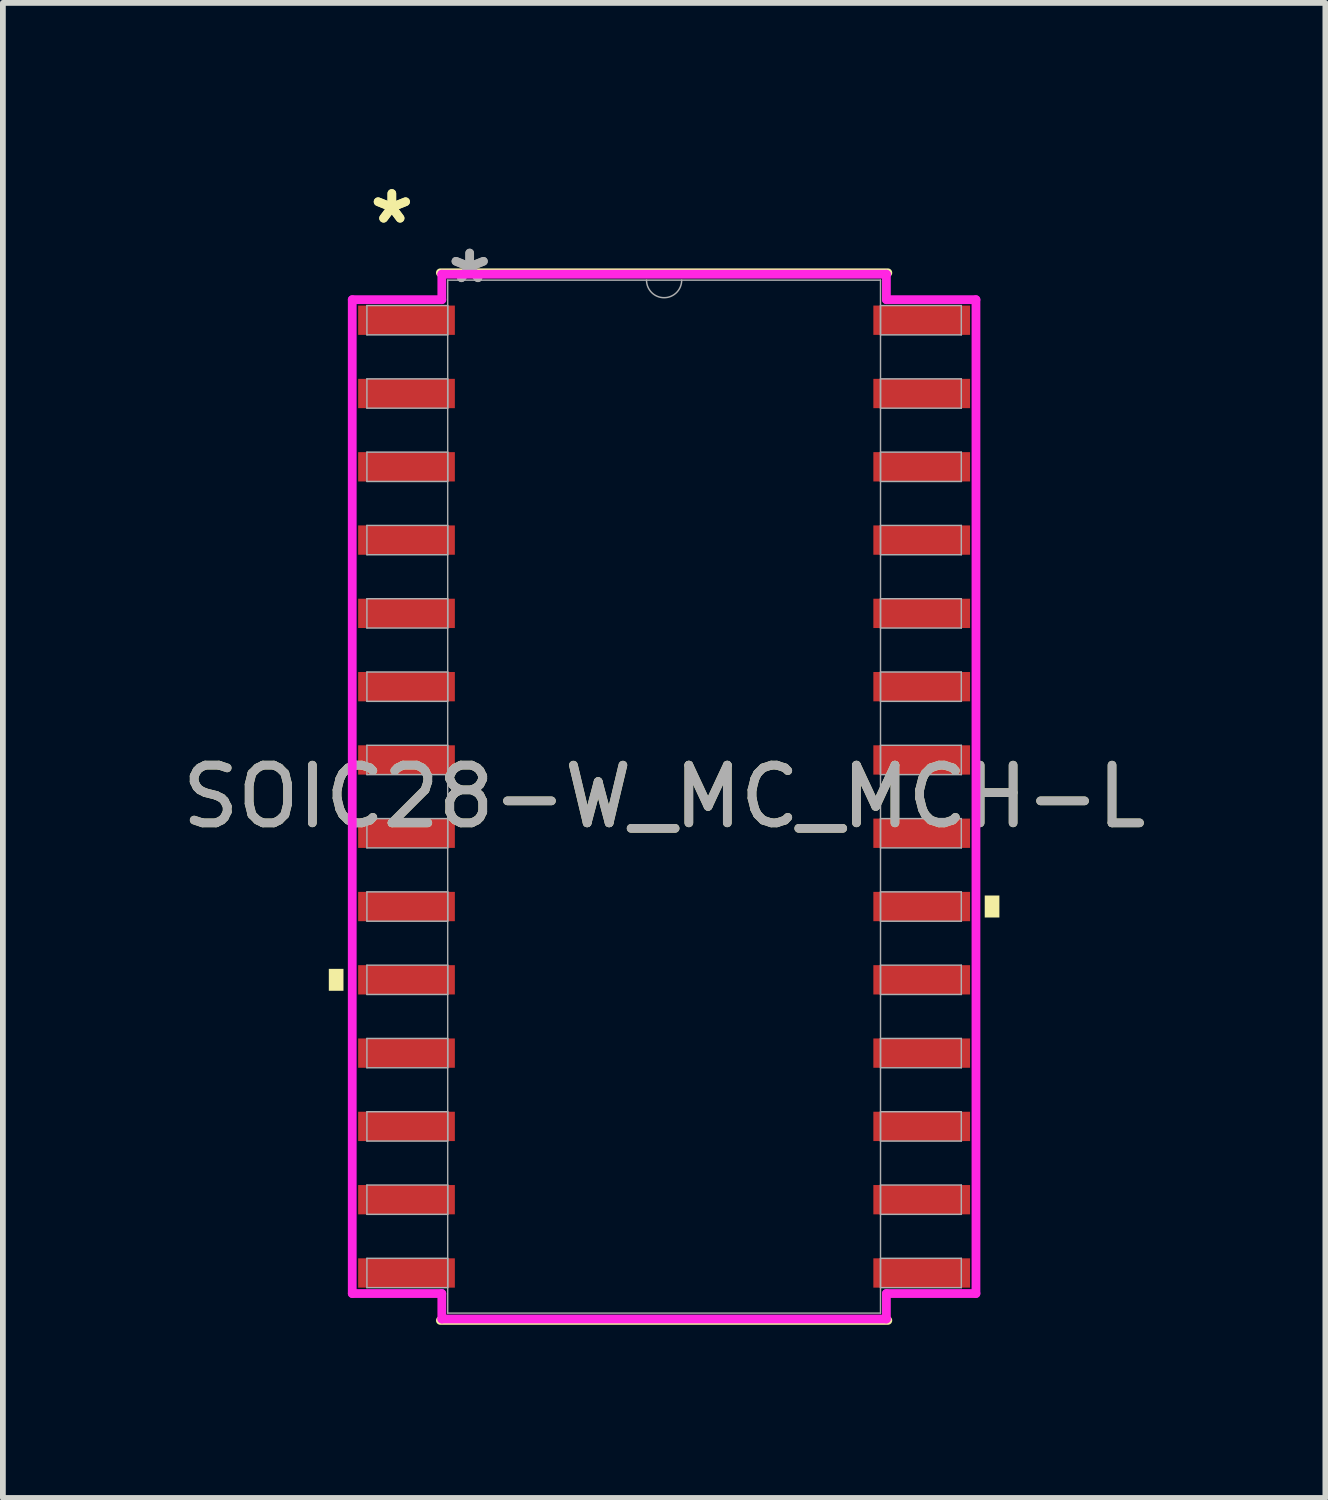
<source format=kicad_pcb>
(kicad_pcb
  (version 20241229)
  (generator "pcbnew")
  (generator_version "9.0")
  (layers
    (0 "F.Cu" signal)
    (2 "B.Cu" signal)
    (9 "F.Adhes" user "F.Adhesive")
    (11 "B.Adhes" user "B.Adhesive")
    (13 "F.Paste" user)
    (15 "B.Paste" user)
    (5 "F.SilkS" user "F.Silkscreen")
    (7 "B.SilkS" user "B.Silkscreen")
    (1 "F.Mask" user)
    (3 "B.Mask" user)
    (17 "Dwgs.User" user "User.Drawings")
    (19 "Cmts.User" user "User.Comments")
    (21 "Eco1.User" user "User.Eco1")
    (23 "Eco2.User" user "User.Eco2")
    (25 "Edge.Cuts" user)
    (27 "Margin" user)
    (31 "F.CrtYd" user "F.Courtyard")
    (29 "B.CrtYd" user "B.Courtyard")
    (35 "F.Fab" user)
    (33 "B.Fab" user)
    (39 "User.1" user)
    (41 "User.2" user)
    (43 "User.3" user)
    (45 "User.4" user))
  (footprint "SOIC28-W_MC_MCH-L"
    (layer "F.Cu")
    (at 8.458 10.754)
    (property "Reference" "SOIC28-W_MC_MCH-L" (at 0 0 0) (unlocked yes) (layer "F.SilkS") (effects (font (size 1 1) (thickness 0.15))))
    (attr smd)
    (fp_line (start -3.877 9.077) (end 3.877 9.077) (stroke (width 0.152) (type solid)) (layer "F.SilkS"))
    (fp_line (start 3.877 -9.077) (end -3.877 -9.077) (stroke (width 0.152) (type solid)) (layer "F.SilkS"))
    (fp_poly (pts (xy -5.81 2.985) (xy -5.81 3.365) (xy -5.556 3.365) (xy -5.556 2.985)) (stroke (width 0) (type solid)) (fill yes) (layer "F.SilkS"))
    (fp_poly (pts (xy 5.81 1.714) (xy 5.81 2.095) (xy 5.556 2.095) (xy 5.556 1.714)) (stroke (width 0) (type solid)) (fill yes) (layer "F.SilkS"))
    (fp_line (start -5.404 -8.611) (end -3.852 -8.611) (stroke (width 0.152) (type solid)) (layer "F.CrtYd"))
    (fp_line (start -5.404 8.611) (end -5.404 -8.611) (stroke (width 0.152) (type solid)) (layer "F.CrtYd"))
    (fp_line (start -5.404 8.611) (end -3.852 8.611) (stroke (width 0.152) (type solid)) (layer "F.CrtYd"))
    (fp_line (start -3.852 -9.052) (end 3.852 -9.052) (stroke (width 0.152) (type solid)) (layer "F.CrtYd"))
    (fp_line (start -3.852 -8.611) (end -3.852 -9.052) (stroke (width 0.152) (type solid)) (layer "F.CrtYd"))
    (fp_line (start -3.852 9.052) (end -3.852 8.611) (stroke (width 0.152) (type solid)) (layer "F.CrtYd"))
    (fp_line (start 3.852 -9.052) (end 3.852 -8.611) (stroke (width 0.152) (type solid)) (layer "F.CrtYd"))
    (fp_line (start 3.852 8.611) (end 3.852 9.052) (stroke (width 0.152) (type solid)) (layer "F.CrtYd"))
    (fp_line (start 3.852 9.052) (end -3.852 9.052) (stroke (width 0.152) (type solid)) (layer "F.CrtYd"))
    (fp_line (start 5.404 -8.611) (end 3.852 -8.611) (stroke (width 0.152) (type solid)) (layer "F.CrtYd"))
    (fp_line (start 5.404 -8.611) (end 5.404 8.611) (stroke (width 0.152) (type solid)) (layer "F.CrtYd"))
    (fp_line (start 5.404 8.611) (end 3.852 8.611) (stroke (width 0.152) (type solid)) (layer "F.CrtYd"))
    (fp_line (start -5.15 -8.509) (end -5.15 -8.001) (stroke (width 0.025) (type solid)) (layer "F.Fab"))
    (fp_line (start -5.15 -8.001) (end -3.75 -8.001) (stroke (width 0.025) (type solid)) (layer "F.Fab"))
    (fp_line (start -5.15 -7.239) (end -5.15 -6.731) (stroke (width 0.025) (type solid)) (layer "F.Fab"))
    (fp_line (start -5.15 -6.731) (end -3.75 -6.731) (stroke (width 0.025) (type solid)) (layer "F.Fab"))
    (fp_line (start -5.15 -5.969) (end -5.15 -5.461) (stroke (width 0.025) (type solid)) (layer "F.Fab"))
    (fp_line (start -5.15 -5.461) (end -3.75 -5.461) (stroke (width 0.025) (type solid)) (layer "F.Fab"))
    (fp_line (start -5.15 -4.699) (end -5.15 -4.191) (stroke (width 0.025) (type solid)) (layer "F.Fab"))
    (fp_line (start -5.15 -4.191) (end -3.75 -4.191) (stroke (width 0.025) (type solid)) (layer "F.Fab"))
    (fp_line (start -5.15 -3.429) (end -5.15 -2.921) (stroke (width 0.025) (type solid)) (layer "F.Fab"))
    (fp_line (start -5.15 -2.921) (end -3.75 -2.921) (stroke (width 0.025) (type solid)) (layer "F.Fab"))
    (fp_line (start -5.15 -2.159) (end -5.15 -1.651) (stroke (width 0.025) (type solid)) (layer "F.Fab"))
    (fp_line (start -5.15 -1.651) (end -3.75 -1.651) (stroke (width 0.025) (type solid)) (layer "F.Fab"))
    (fp_line (start -5.15 -0.889) (end -5.15 -0.381) (stroke (width 0.025) (type solid)) (layer "F.Fab"))
    (fp_line (start -5.15 -0.381) (end -3.75 -0.381) (stroke (width 0.025) (type solid)) (layer "F.Fab"))
    (fp_line (start -5.15 0.381) (end -5.15 0.889) (stroke (width 0.025) (type solid)) (layer "F.Fab"))
    (fp_line (start -5.15 0.889) (end -3.75 0.889) (stroke (width 0.025) (type solid)) (layer "F.Fab"))
    (fp_line (start -5.15 1.651) (end -5.15 2.159) (stroke (width 0.025) (type solid)) (layer "F.Fab"))
    (fp_line (start -5.15 2.159) (end -3.75 2.159) (stroke (width 0.025) (type solid)) (layer "F.Fab"))
    (fp_line (start -5.15 2.921) (end -5.15 3.429) (stroke (width 0.025) (type solid)) (layer "F.Fab"))
    (fp_line (start -5.15 3.429) (end -3.75 3.429) (stroke (width 0.025) (type solid)) (layer "F.Fab"))
    (fp_line (start -5.15 4.191) (end -5.15 4.699) (stroke (width 0.025) (type solid)) (layer "F.Fab"))
    (fp_line (start -5.15 4.699) (end -3.75 4.699) (stroke (width 0.025) (type solid)) (layer "F.Fab"))
    (fp_line (start -5.15 5.461) (end -5.15 5.969) (stroke (width 0.025) (type solid)) (layer "F.Fab"))
    (fp_line (start -5.15 5.969) (end -3.75 5.969) (stroke (width 0.025) (type solid)) (layer "F.Fab"))
    (fp_line (start -5.15 6.731) (end -5.15 7.239) (stroke (width 0.025) (type solid)) (layer "F.Fab"))
    (fp_line (start -5.15 7.239) (end -3.75 7.239) (stroke (width 0.025) (type solid)) (layer "F.Fab"))
    (fp_line (start -5.15 8.001) (end -5.15 8.509) (stroke (width 0.025) (type solid)) (layer "F.Fab"))
    (fp_line (start -5.15 8.509) (end -3.75 8.509) (stroke (width 0.025) (type solid)) (layer "F.Fab"))
    (fp_line (start -3.75 -8.95) (end -3.75 8.95) (stroke (width 0.025) (type solid)) (layer "F.Fab"))
    (fp_line (start -3.75 -8.509) (end -5.15 -8.509) (stroke (width 0.025) (type solid)) (layer "F.Fab"))
    (fp_line (start -3.75 -8.001) (end -3.75 -8.509) (stroke (width 0.025) (type solid)) (layer "F.Fab"))
    (fp_line (start -3.75 -7.239) (end -5.15 -7.239) (stroke (width 0.025) (type solid)) (layer "F.Fab"))
    (fp_line (start -3.75 -6.731) (end -3.75 -7.239) (stroke (width 0.025) (type solid)) (layer "F.Fab"))
    (fp_line (start -3.75 -5.969) (end -5.15 -5.969) (stroke (width 0.025) (type solid)) (layer "F.Fab"))
    (fp_line (start -3.75 -5.461) (end -3.75 -5.969) (stroke (width 0.025) (type solid)) (layer "F.Fab"))
    (fp_line (start -3.75 -4.699) (end -5.15 -4.699) (stroke (width 0.025) (type solid)) (layer "F.Fab"))
    (fp_line (start -3.75 -4.191) (end -3.75 -4.699) (stroke (width 0.025) (type solid)) (layer "F.Fab"))
    (fp_line (start -3.75 -3.429) (end -5.15 -3.429) (stroke (width 0.025) (type solid)) (layer "F.Fab"))
    (fp_line (start -3.75 -2.921) (end -3.75 -3.429) (stroke (width 0.025) (type solid)) (layer "F.Fab"))
    (fp_line (start -3.75 -2.159) (end -5.15 -2.159) (stroke (width 0.025) (type solid)) (layer "F.Fab"))
    (fp_line (start -3.75 -1.651) (end -3.75 -2.159) (stroke (width 0.025) (type solid)) (layer "F.Fab"))
    (fp_line (start -3.75 -0.889) (end -5.15 -0.889) (stroke (width 0.025) (type solid)) (layer "F.Fab"))
    (fp_line (start -3.75 -0.381) (end -3.75 -0.889) (stroke (width 0.025) (type solid)) (layer "F.Fab"))
    (fp_line (start -3.75 0.381) (end -5.15 0.381) (stroke (width 0.025) (type solid)) (layer "F.Fab"))
    (fp_line (start -3.75 0.889) (end -3.75 0.381) (stroke (width 0.025) (type solid)) (layer "F.Fab"))
    (fp_line (start -3.75 1.651) (end -5.15 1.651) (stroke (width 0.025) (type solid)) (layer "F.Fab"))
    (fp_line (start -3.75 2.159) (end -3.75 1.651) (stroke (width 0.025) (type solid)) (layer "F.Fab"))
    (fp_line (start -3.75 2.921) (end -5.15 2.921) (stroke (width 0.025) (type solid)) (layer "F.Fab"))
    (fp_line (start -3.75 3.429) (end -3.75 2.921) (stroke (width 0.025) (type solid)) (layer "F.Fab"))
    (fp_line (start -3.75 4.191) (end -5.15 4.191) (stroke (width 0.025) (type solid)) (layer "F.Fab"))
    (fp_line (start -3.75 4.699) (end -3.75 4.191) (stroke (width 0.025) (type solid)) (layer "F.Fab"))
    (fp_line (start -3.75 5.461) (end -5.15 5.461) (stroke (width 0.025) (type solid)) (layer "F.Fab"))
    (fp_line (start -3.75 5.969) (end -3.75 5.461) (stroke (width 0.025) (type solid)) (layer "F.Fab"))
    (fp_line (start -3.75 6.731) (end -5.15 6.731) (stroke (width 0.025) (type solid)) (layer "F.Fab"))
    (fp_line (start -3.75 7.239) (end -3.75 6.731) (stroke (width 0.025) (type solid)) (layer "F.Fab"))
    (fp_line (start -3.75 8.001) (end -5.15 8.001) (stroke (width 0.025) (type solid)) (layer "F.Fab"))
    (fp_line (start -3.75 8.509) (end -3.75 8.001) (stroke (width 0.025) (type solid)) (layer "F.Fab"))
    (fp_line (start -3.75 8.95) (end 3.75 8.95) (stroke (width 0.025) (type solid)) (layer "F.Fab"))
    (fp_line (start 3.75 -8.95) (end -3.75 -8.95) (stroke (width 0.025) (type solid)) (layer "F.Fab"))
    (fp_line (start 3.75 -8.509) (end 3.75 -8.001) (stroke (width 0.025) (type solid)) (layer "F.Fab"))
    (fp_line (start 3.75 -8.001) (end 5.15 -8.001) (stroke (width 0.025) (type solid)) (layer "F.Fab"))
    (fp_line (start 3.75 -7.239) (end 3.75 -6.731) (stroke (width 0.025) (type solid)) (layer "F.Fab"))
    (fp_line (start 3.75 -6.731) (end 5.15 -6.731) (stroke (width 0.025) (type solid)) (layer "F.Fab"))
    (fp_line (start 3.75 -5.969) (end 3.75 -5.461) (stroke (width 0.025) (type solid)) (layer "F.Fab"))
    (fp_line (start 3.75 -5.461) (end 5.15 -5.461) (stroke (width 0.025) (type solid)) (layer "F.Fab"))
    (fp_line (start 3.75 -4.699) (end 3.75 -4.191) (stroke (width 0.025) (type solid)) (layer "F.Fab"))
    (fp_line (start 3.75 -4.191) (end 5.15 -4.191) (stroke (width 0.025) (type solid)) (layer "F.Fab"))
    (fp_line (start 3.75 -3.429) (end 3.75 -2.921) (stroke (width 0.025) (type solid)) (layer "F.Fab"))
    (fp_line (start 3.75 -2.921) (end 5.15 -2.921) (stroke (width 0.025) (type solid)) (layer "F.Fab"))
    (fp_line (start 3.75 -2.159) (end 3.75 -1.651) (stroke (width 0.025) (type solid)) (layer "F.Fab"))
    (fp_line (start 3.75 -1.651) (end 5.15 -1.651) (stroke (width 0.025) (type solid)) (layer "F.Fab"))
    (fp_line (start 3.75 -0.889) (end 3.75 -0.381) (stroke (width 0.025) (type solid)) (layer "F.Fab"))
    (fp_line (start 3.75 -0.381) (end 5.15 -0.381) (stroke (width 0.025) (type solid)) (layer "F.Fab"))
    (fp_line (start 3.75 0.381) (end 3.75 0.889) (stroke (width 0.025) (type solid)) (layer "F.Fab"))
    (fp_line (start 3.75 0.889) (end 5.15 0.889) (stroke (width 0.025) (type solid)) (layer "F.Fab"))
    (fp_line (start 3.75 1.651) (end 3.75 2.159) (stroke (width 0.025) (type solid)) (layer "F.Fab"))
    (fp_line (start 3.75 2.159) (end 5.15 2.159) (stroke (width 0.025) (type solid)) (layer "F.Fab"))
    (fp_line (start 3.75 2.921) (end 3.75 3.429) (stroke (width 0.025) (type solid)) (layer "F.Fab"))
    (fp_line (start 3.75 3.429) (end 5.15 3.429) (stroke (width 0.025) (type solid)) (layer "F.Fab"))
    (fp_line (start 3.75 4.191) (end 3.75 4.699) (stroke (width 0.025) (type solid)) (layer "F.Fab"))
    (fp_line (start 3.75 4.699) (end 5.15 4.699) (stroke (width 0.025) (type solid)) (layer "F.Fab"))
    (fp_line (start 3.75 5.461) (end 3.75 5.969) (stroke (width 0.025) (type solid)) (layer "F.Fab"))
    (fp_line (start 3.75 5.969) (end 5.15 5.969) (stroke (width 0.025) (type solid)) (layer "F.Fab"))
    (fp_line (start 3.75 6.731) (end 3.75 7.239) (stroke (width 0.025) (type solid)) (layer "F.Fab"))
    (fp_line (start 3.75 7.239) (end 5.15 7.239) (stroke (width 0.025) (type solid)) (layer "F.Fab"))
    (fp_line (start 3.75 8.001) (end 3.75 8.509) (stroke (width 0.025) (type solid)) (layer "F.Fab"))
    (fp_line (start 3.75 8.509) (end 5.15 8.509) (stroke (width 0.025) (type solid)) (layer "F.Fab"))
    (fp_line (start 3.75 8.95) (end 3.75 -8.95) (stroke (width 0.025) (type solid)) (layer "F.Fab"))
    (fp_line (start 5.15 -8.509) (end 3.75 -8.509) (stroke (width 0.025) (type solid)) (layer "F.Fab"))
    (fp_line (start 5.15 -8.001) (end 5.15 -8.509) (stroke (width 0.025) (type solid)) (layer "F.Fab"))
    (fp_line (start 5.15 -7.239) (end 3.75 -7.239) (stroke (width 0.025) (type solid)) (layer "F.Fab"))
    (fp_line (start 5.15 -6.731) (end 5.15 -7.239) (stroke (width 0.025) (type solid)) (layer "F.Fab"))
    (fp_line (start 5.15 -5.969) (end 3.75 -5.969) (stroke (width 0.025) (type solid)) (layer "F.Fab"))
    (fp_line (start 5.15 -5.461) (end 5.15 -5.969) (stroke (width 0.025) (type solid)) (layer "F.Fab"))
    (fp_line (start 5.15 -4.699) (end 3.75 -4.699) (stroke (width 0.025) (type solid)) (layer "F.Fab"))
    (fp_line (start 5.15 -4.191) (end 5.15 -4.699) (stroke (width 0.025) (type solid)) (layer "F.Fab"))
    (fp_line (start 5.15 -3.429) (end 3.75 -3.429) (stroke (width 0.025) (type solid)) (layer "F.Fab"))
    (fp_line (start 5.15 -2.921) (end 5.15 -3.429) (stroke (width 0.025) (type solid)) (layer "F.Fab"))
    (fp_line (start 5.15 -2.159) (end 3.75 -2.159) (stroke (width 0.025) (type solid)) (layer "F.Fab"))
    (fp_line (start 5.15 -1.651) (end 5.15 -2.159) (stroke (width 0.025) (type solid)) (layer "F.Fab"))
    (fp_line (start 5.15 -0.889) (end 3.75 -0.889) (stroke (width 0.025) (type solid)) (layer "F.Fab"))
    (fp_line (start 5.15 -0.381) (end 5.15 -0.889) (stroke (width 0.025) (type solid)) (layer "F.Fab"))
    (fp_line (start 5.15 0.381) (end 3.75 0.381) (stroke (width 0.025) (type solid)) (layer "F.Fab"))
    (fp_line (start 5.15 0.889) (end 5.15 0.381) (stroke (width 0.025) (type solid)) (layer "F.Fab"))
    (fp_line (start 5.15 1.651) (end 3.75 1.651) (stroke (width 0.025) (type solid)) (layer "F.Fab"))
    (fp_line (start 5.15 2.159) (end 5.15 1.651) (stroke (width 0.025) (type solid)) (layer "F.Fab"))
    (fp_line (start 5.15 2.921) (end 3.75 2.921) (stroke (width 0.025) (type solid)) (layer "F.Fab"))
    (fp_line (start 5.15 3.429) (end 5.15 2.921) (stroke (width 0.025) (type solid)) (layer "F.Fab"))
    (fp_line (start 5.15 4.191) (end 3.75 4.191) (stroke (width 0.025) (type solid)) (layer "F.Fab"))
    (fp_line (start 5.15 4.699) (end 5.15 4.191) (stroke (width 0.025) (type solid)) (layer "F.Fab"))
    (fp_line (start 5.15 5.461) (end 3.75 5.461) (stroke (width 0.025) (type solid)) (layer "F.Fab"))
    (fp_line (start 5.15 5.969) (end 5.15 5.461) (stroke (width 0.025) (type solid)) (layer "F.Fab"))
    (fp_line (start 5.15 6.731) (end 3.75 6.731) (stroke (width 0.025) (type solid)) (layer "F.Fab"))
    (fp_line (start 5.15 7.239) (end 5.15 6.731) (stroke (width 0.025) (type solid)) (layer "F.Fab"))
    (fp_line (start 5.15 8.001) (end 3.75 8.001) (stroke (width 0.025) (type solid)) (layer "F.Fab"))
    (fp_line (start 5.15 8.509) (end 5.15 8.001) (stroke (width 0.025) (type solid)) (layer "F.Fab"))
    (fp_arc (start 0.3048 -8.95) (mid 0 -8.6452) (end -0.3048 -8.95) (stroke (width 0.0254) (type solid)) (layer "F.Fab"))
    (fp_text user "*" (at -4.718 -9.906 0) (layer "F.SilkS") (effects (font (size 1 1) (thickness 0.15))))
    (fp_text user "*" (at -4.718 -9.906 0) (unlocked yes) (layer "F.SilkS") (effects (font (size 1 1) (thickness 0.15))))
    (fp_text user "*" (at -3.369 -8.874 0) (layer "F.Fab") (effects (font (size 1 1) (thickness 0.15))))
    (fp_text user "${REFERENCE}" (at 0 0 0) (unlocked yes) (layer "F.Fab") (effects (font (size 1 1) (thickness 0.15))))
    (fp_text user "*" (at -3.369 -8.874 0) (unlocked yes) (layer "F.Fab") (effects (font (size 1 1) (thickness 0.15))))
    (pad "1" smd rect (at -4.464 -8.255) (size 1.676 0.508) (layers "F.Cu" "F.Mask" "F.Paste"))
    (pad "2" smd rect (at -4.464 -6.985) (size 1.676 0.508) (layers "F.Cu" "F.Mask" "F.Paste"))
    (pad "3" smd rect (at -4.464 -5.715) (size 1.676 0.508) (layers "F.Cu" "F.Mask" "F.Paste"))
    (pad "4" smd rect (at -4.464 -4.445) (size 1.676 0.508) (layers "F.Cu" "F.Mask" "F.Paste"))
    (pad "5" smd rect (at -4.464 -3.175) (size 1.676 0.508) (layers "F.Cu" "F.Mask" "F.Paste"))
    (pad "6" smd rect (at -4.464 -1.905) (size 1.676 0.508) (layers "F.Cu" "F.Mask" "F.Paste"))
    (pad "7" smd rect (at -4.464 -0.635) (size 1.676 0.508) (layers "F.Cu" "F.Mask" "F.Paste"))
    (pad "8" smd rect (at -4.464 0.635) (size 1.676 0.508) (layers "F.Cu" "F.Mask" "F.Paste"))
    (pad "9" smd rect (at -4.464 1.905) (size 1.676 0.508) (layers "F.Cu" "F.Mask" "F.Paste"))
    (pad "10" smd rect (at -4.464 3.175) (size 1.676 0.508) (layers "F.Cu" "F.Mask" "F.Paste"))
    (pad "11" smd rect (at -4.464 4.445) (size 1.676 0.508) (layers "F.Cu" "F.Mask" "F.Paste"))
    (pad "12" smd rect (at -4.464 5.715) (size 1.676 0.508) (layers "F.Cu" "F.Mask" "F.Paste"))
    (pad "13" smd rect (at -4.464 6.985) (size 1.676 0.508) (layers "F.Cu" "F.Mask" "F.Paste"))
    (pad "14" smd rect (at -4.464 8.255) (size 1.676 0.508) (layers "F.Cu" "F.Mask" "F.Paste"))
    (pad "15" smd rect (at 4.464 8.255) (size 1.676 0.508) (layers "F.Cu" "F.Mask" "F.Paste"))
    (pad "16" smd rect (at 4.464 6.985) (size 1.676 0.508) (layers "F.Cu" "F.Mask" "F.Paste"))
    (pad "17" smd rect (at 4.464 5.715) (size 1.676 0.508) (layers "F.Cu" "F.Mask" "F.Paste"))
    (pad "18" smd rect (at 4.464 4.445) (size 1.676 0.508) (layers "F.Cu" "F.Mask" "F.Paste"))
    (pad "19" smd rect (at 4.464 3.175) (size 1.676 0.508) (layers "F.Cu" "F.Mask" "F.Paste"))
    (pad "20" smd rect (at 4.464 1.905) (size 1.676 0.508) (layers "F.Cu" "F.Mask" "F.Paste"))
    (pad "21" smd rect (at 4.464 0.635) (size 1.676 0.508) (layers "F.Cu" "F.Mask" "F.Paste"))
    (pad "22" smd rect (at 4.464 -0.635) (size 1.676 0.508) (layers "F.Cu" "F.Mask" "F.Paste"))
    (pad "23" smd rect (at 4.464 -1.905) (size 1.676 0.508) (layers "F.Cu" "F.Mask" "F.Paste"))
    (pad "24" smd rect (at 4.464 -3.175) (size 1.676 0.508) (layers "F.Cu" "F.Mask" "F.Paste"))
    (pad "25" smd rect (at 4.464 -4.445) (size 1.676 0.508) (layers "F.Cu" "F.Mask" "F.Paste"))
    (pad "26" smd rect (at 4.464 -5.715) (size 1.676 0.508) (layers "F.Cu" "F.Mask" "F.Paste"))
    (pad "27" smd rect (at 4.464 -6.985) (size 1.676 0.508) (layers "F.Cu" "F.Mask" "F.Paste"))
    (pad "28" smd rect (at 4.464 -8.255) (size 1.676 0.508) (layers "F.Cu" "F.Mask" "F.Paste")))
  (gr_rect
    (start -3 -3)
    (end 19.917 22.907)
    (stroke (width 0.1) (type default))
    (fill no)
    (layer "Edge.Cuts")))
</source>
